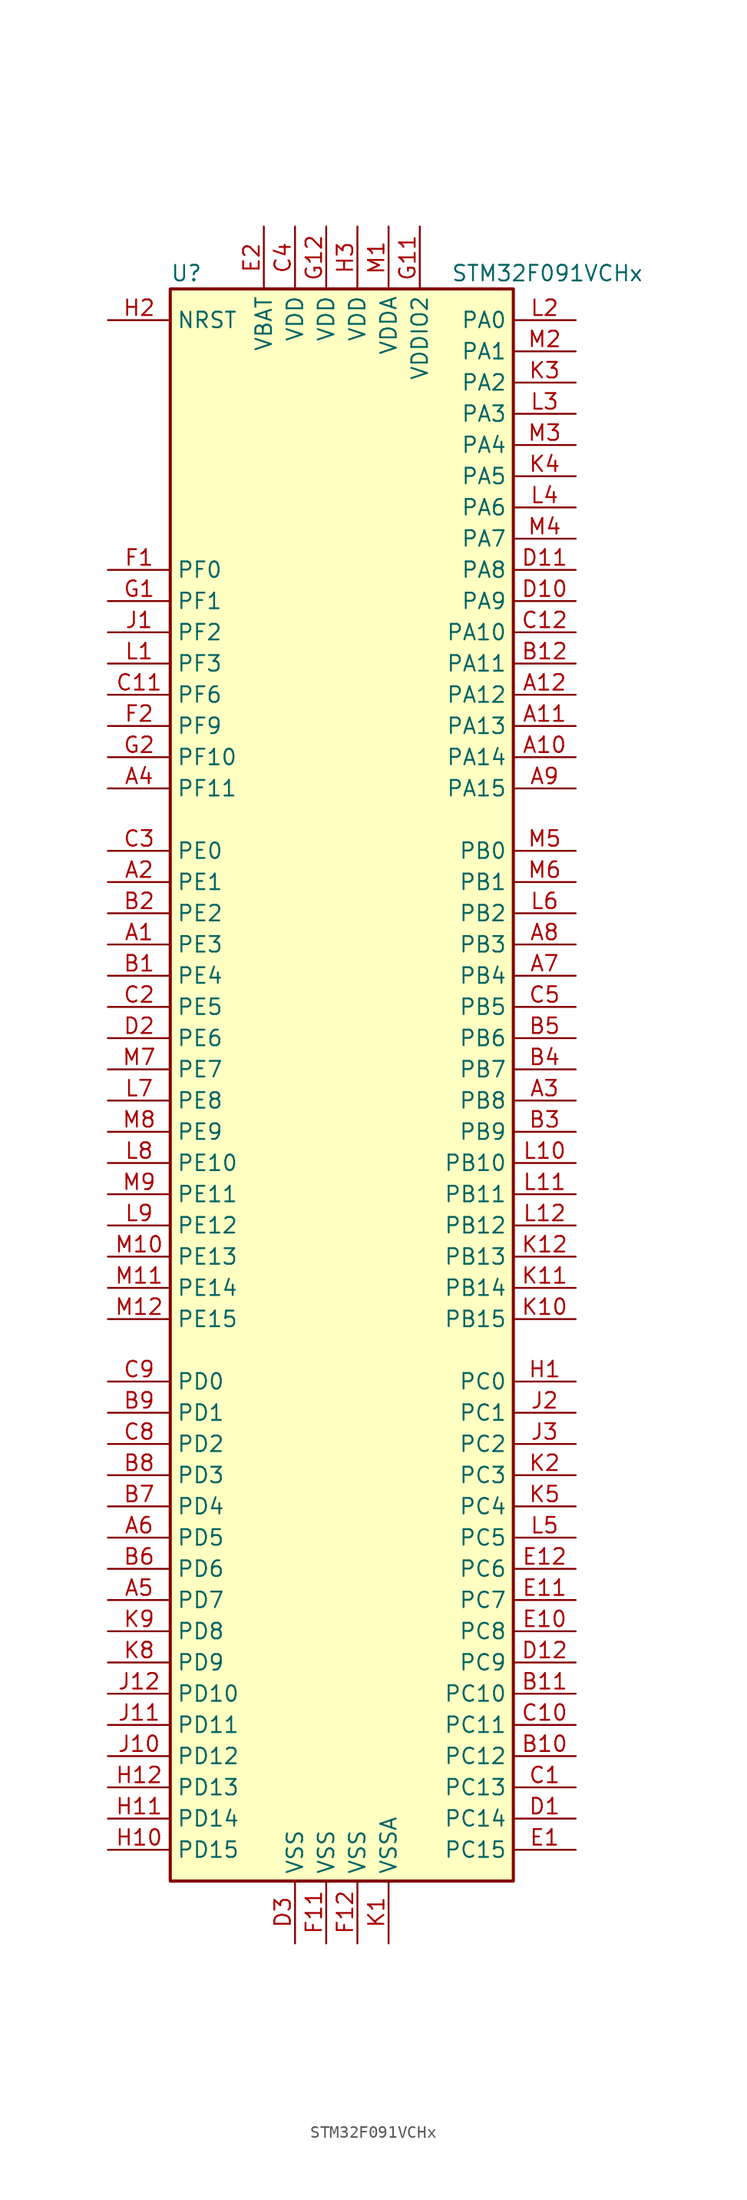
<source format=kicad_sym>
(kicad_symbol_lib
  (version 20201005)
  (generator kicad_symbol_editor)
  (symbol "STM32F091VCHx"
    (property "Reference" "U"
      (at -15.24 64.77 0)
      (effects (font (size 1.27 1.27)) (justify left)))
    (property "Value" "STM32F091VCHx"
      (at 7.62 64.77 0)
      (effects (font (size 1.27 1.27)) (justify left)))
    (symbol "STM32F091VCHx_0_1"
      (rectangle (start -15.24 -66.04) (end 12.7 63.5) (stroke (width 0.254)) (fill (type background))))
    (symbol "STM32F091VCHx_1_1"
      (pin bidirectional line (at -20.32 10.16 0) (length 5.08) (name "PE3" (effects (font (size 1.27 1.27)))) (number "A1" (effects (font (size 1.27 1.27)))))
      (pin bidirectional line (at 17.78 25.4 180) (length 5.08) (name "PA14" (effects (font (size 1.27 1.27)))) (number "A10" (effects (font (size 1.27 1.27)))))
      (pin bidirectional line (at 17.78 27.94 180) (length 5.08) (name "PA13" (effects (font (size 1.27 1.27)))) (number "A11" (effects (font (size 1.27 1.27)))))
      (pin bidirectional line (at 17.78 30.48 180) (length 5.08) (name "PA12" (effects (font (size 1.27 1.27)))) (number "A12" (effects (font (size 1.27 1.27)))))
      (pin bidirectional line (at -20.32 15.24 0) (length 5.08) (name "PE1" (effects (font (size 1.27 1.27)))) (number "A2" (effects (font (size 1.27 1.27)))))
      (pin bidirectional line (at 17.78 -2.54 180) (length 5.08) (name "PB8" (effects (font (size 1.27 1.27)))) (number "A3" (effects (font (size 1.27 1.27)))))
      (pin bidirectional line (at -20.32 22.86 0) (length 5.08) (name "PF11" (effects (font (size 1.27 1.27)))) (number "A4" (effects (font (size 1.27 1.27)))))
      (pin bidirectional line (at -20.32 -43.18 0) (length 5.08) (name "PD7" (effects (font (size 1.27 1.27)))) (number "A5" (effects (font (size 1.27 1.27)))))
      (pin bidirectional line (at -20.32 -38.1 0) (length 5.08) (name "PD5" (effects (font (size 1.27 1.27)))) (number "A6" (effects (font (size 1.27 1.27)))))
      (pin bidirectional line (at 17.78 7.62 180) (length 5.08) (name "PB4" (effects (font (size 1.27 1.27)))) (number "A7" (effects (font (size 1.27 1.27)))))
      (pin bidirectional line (at 17.78 10.16 180) (length 5.08) (name "PB3" (effects (font (size 1.27 1.27)))) (number "A8" (effects (font (size 1.27 1.27)))))
      (pin bidirectional line (at 17.78 22.86 180) (length 5.08) (name "PA15" (effects (font (size 1.27 1.27)))) (number "A9" (effects (font (size 1.27 1.27)))))
      (pin bidirectional line (at -20.32 7.62 0) (length 5.08) (name "PE4" (effects (font (size 1.27 1.27)))) (number "B1" (effects (font (size 1.27 1.27)))))
      (pin bidirectional line (at 17.78 -55.88 180) (length 5.08) (name "PC12" (effects (font (size 1.27 1.27)))) (number "B10" (effects (font (size 1.27 1.27)))))
      (pin bidirectional line (at 17.78 -50.8 180) (length 5.08) (name "PC10" (effects (font (size 1.27 1.27)))) (number "B11" (effects (font (size 1.27 1.27)))))
      (pin bidirectional line (at 17.78 33.02 180) (length 5.08) (name "PA11" (effects (font (size 1.27 1.27)))) (number "B12" (effects (font (size 1.27 1.27)))))
      (pin bidirectional line (at -20.32 12.7 0) (length 5.08) (name "PE2" (effects (font (size 1.27 1.27)))) (number "B2" (effects (font (size 1.27 1.27)))))
      (pin bidirectional line (at 17.78 -5.08 180) (length 5.08) (name "PB9" (effects (font (size 1.27 1.27)))) (number "B3" (effects (font (size 1.27 1.27)))))
      (pin bidirectional line (at 17.78 0 180) (length 5.08) (name "PB7" (effects (font (size 1.27 1.27)))) (number "B4" (effects (font (size 1.27 1.27)))))
      (pin bidirectional line (at 17.78 2.54 180) (length 5.08) (name "PB6" (effects (font (size 1.27 1.27)))) (number "B5" (effects (font (size 1.27 1.27)))))
      (pin bidirectional line (at -20.32 -40.64 0) (length 5.08) (name "PD6" (effects (font (size 1.27 1.27)))) (number "B6" (effects (font (size 1.27 1.27)))))
      (pin bidirectional line (at -20.32 -35.56 0) (length 5.08) (name "PD4" (effects (font (size 1.27 1.27)))) (number "B7" (effects (font (size 1.27 1.27)))))
      (pin bidirectional line (at -20.32 -33.02 0) (length 5.08) (name "PD3" (effects (font (size 1.27 1.27)))) (number "B8" (effects (font (size 1.27 1.27)))))
      (pin bidirectional line (at -20.32 -27.94 0) (length 5.08) (name "PD1" (effects (font (size 1.27 1.27)))) (number "B9" (effects (font (size 1.27 1.27)))))
      (pin bidirectional line (at 17.78 -58.42 180) (length 5.08) (name "PC13" (effects (font (size 1.27 1.27)))) (number "C1" (effects (font (size 1.27 1.27)))))
      (pin bidirectional line (at 17.78 -53.34 180) (length 5.08) (name "PC11" (effects (font (size 1.27 1.27)))) (number "C10" (effects (font (size 1.27 1.27)))))
      (pin bidirectional line (at -20.32 30.48 0) (length 5.08) (name "PF6" (effects (font (size 1.27 1.27)))) (number "C11" (effects (font (size 1.27 1.27)))))
      (pin bidirectional line (at 17.78 35.56 180) (length 5.08) (name "PA10" (effects (font (size 1.27 1.27)))) (number "C12" (effects (font (size 1.27 1.27)))))
      (pin bidirectional line (at -20.32 5.08 0) (length 5.08) (name "PE5" (effects (font (size 1.27 1.27)))) (number "C2" (effects (font (size 1.27 1.27)))))
      (pin bidirectional line (at -20.32 17.78 0) (length 5.08) (name "PE0" (effects (font (size 1.27 1.27)))) (number "C3" (effects (font (size 1.27 1.27)))))
      (pin power_in line (at -5.08 68.58 270) (length 5.08) (name "VDD" (effects (font (size 1.27 1.27)))) (number "C4" (effects (font (size 1.27 1.27)))))
      (pin bidirectional line (at 17.78 5.08 180) (length 5.08) (name "PB5" (effects (font (size 1.27 1.27)))) (number "C5" (effects (font (size 1.27 1.27)))))
      (pin bidirectional line (at -20.32 -30.48 0) (length 5.08) (name "PD2" (effects (font (size 1.27 1.27)))) (number "C8" (effects (font (size 1.27 1.27)))))
      (pin bidirectional line (at -20.32 -25.4 0) (length 5.08) (name "PD0" (effects (font (size 1.27 1.27)))) (number "C9" (effects (font (size 1.27 1.27)))))
      (pin bidirectional line (at 17.78 -60.96 180) (length 5.08) (name "PC14" (effects (font (size 1.27 1.27)))) (number "D1" (effects (font (size 1.27 1.27)))))
      (pin bidirectional line (at 17.78 38.1 180) (length 5.08) (name "PA9" (effects (font (size 1.27 1.27)))) (number "D10" (effects (font (size 1.27 1.27)))))
      (pin bidirectional line (at 17.78 40.64 180) (length 5.08) (name "PA8" (effects (font (size 1.27 1.27)))) (number "D11" (effects (font (size 1.27 1.27)))))
      (pin bidirectional line (at 17.78 -48.26 180) (length 5.08) (name "PC9" (effects (font (size 1.27 1.27)))) (number "D12" (effects (font (size 1.27 1.27)))))
      (pin bidirectional line (at -20.32 2.54 0) (length 5.08) (name "PE6" (effects (font (size 1.27 1.27)))) (number "D2" (effects (font (size 1.27 1.27)))))
      (pin power_in line (at -5.08 -71.12 90) (length 5.08) (name "VSS" (effects (font (size 1.27 1.27)))) (number "D3" (effects (font (size 1.27 1.27)))))
      (pin bidirectional line (at 17.78 -63.5 180) (length 5.08) (name "PC15" (effects (font (size 1.27 1.27)))) (number "E1" (effects (font (size 1.27 1.27)))))
      (pin bidirectional line (at 17.78 -45.72 180) (length 5.08) (name "PC8" (effects (font (size 1.27 1.27)))) (number "E10" (effects (font (size 1.27 1.27)))))
      (pin bidirectional line (at 17.78 -43.18 180) (length 5.08) (name "PC7" (effects (font (size 1.27 1.27)))) (number "E11" (effects (font (size 1.27 1.27)))))
      (pin bidirectional line (at 17.78 -40.64 180) (length 5.08) (name "PC6" (effects (font (size 1.27 1.27)))) (number "E12" (effects (font (size 1.27 1.27)))))
      (pin power_in line (at -7.62 68.58 270) (length 5.08) (name "VBAT" (effects (font (size 1.27 1.27)))) (number "E2" (effects (font (size 1.27 1.27)))))
      (pin no_connect line (at -15.24 -63.5 0) (length 5.08) hide (name "NC" (effects (font (size 1.27 1.27)))) (number "E3" (effects (font (size 1.27 1.27)))))
      (pin input line (at -20.32 40.64 0) (length 5.08) (name "PF0" (effects (font (size 1.27 1.27)))) (number "F1" (effects (font (size 1.27 1.27)))))
      (pin power_in line (at -2.54 -71.12 90) (length 5.08) (name "VSS" (effects (font (size 1.27 1.27)))) (number "F11" (effects (font (size 1.27 1.27)))))
      (pin power_in line (at 0 -71.12 90) (length 5.08) (name "VSS" (effects (font (size 1.27 1.27)))) (number "F12" (effects (font (size 1.27 1.27)))))
      (pin bidirectional line (at -20.32 27.94 0) (length 5.08) (name "PF9" (effects (font (size 1.27 1.27)))) (number "F2" (effects (font (size 1.27 1.27)))))
      (pin input line (at -20.32 38.1 0) (length 5.08) (name "PF1" (effects (font (size 1.27 1.27)))) (number "G1" (effects (font (size 1.27 1.27)))))
      (pin power_in line (at 5.08 68.58 270) (length 5.08) (name "VDDIO2" (effects (font (size 1.27 1.27)))) (number "G11" (effects (font (size 1.27 1.27)))))
      (pin power_in line (at -2.54 68.58 270) (length 5.08) (name "VDD" (effects (font (size 1.27 1.27)))) (number "G12" (effects (font (size 1.27 1.27)))))
      (pin bidirectional line (at -20.32 25.4 0) (length 5.08) (name "PF10" (effects (font (size 1.27 1.27)))) (number "G2" (effects (font (size 1.27 1.27)))))
      (pin bidirectional line (at 17.78 -25.4 180) (length 5.08) (name "PC0" (effects (font (size 1.27 1.27)))) (number "H1" (effects (font (size 1.27 1.27)))))
      (pin bidirectional line (at -20.32 -63.5 0) (length 5.08) (name "PD15" (effects (font (size 1.27 1.27)))) (number "H10" (effects (font (size 1.27 1.27)))))
      (pin bidirectional line (at -20.32 -60.96 0) (length 5.08) (name "PD14" (effects (font (size 1.27 1.27)))) (number "H11" (effects (font (size 1.27 1.27)))))
      (pin bidirectional line (at -20.32 -58.42 0) (length 5.08) (name "PD13" (effects (font (size 1.27 1.27)))) (number "H12" (effects (font (size 1.27 1.27)))))
      (pin input line (at -20.32 60.96 0) (length 5.08) (name "NRST" (effects (font (size 1.27 1.27)))) (number "H2" (effects (font (size 1.27 1.27)))))
      (pin power_in line (at 0 68.58 270) (length 5.08) (name "VDD" (effects (font (size 1.27 1.27)))) (number "H3" (effects (font (size 1.27 1.27)))))
      (pin bidirectional line (at -20.32 35.56 0) (length 5.08) (name "PF2" (effects (font (size 1.27 1.27)))) (number "J1" (effects (font (size 1.27 1.27)))))
      (pin bidirectional line (at -20.32 -55.88 0) (length 5.08) (name "PD12" (effects (font (size 1.27 1.27)))) (number "J10" (effects (font (size 1.27 1.27)))))
      (pin bidirectional line (at -20.32 -53.34 0) (length 5.08) (name "PD11" (effects (font (size 1.27 1.27)))) (number "J11" (effects (font (size 1.27 1.27)))))
      (pin bidirectional line (at -20.32 -50.8 0) (length 5.08) (name "PD10" (effects (font (size 1.27 1.27)))) (number "J12" (effects (font (size 1.27 1.27)))))
      (pin bidirectional line (at 17.78 -27.94 180) (length 5.08) (name "PC1" (effects (font (size 1.27 1.27)))) (number "J2" (effects (font (size 1.27 1.27)))))
      (pin bidirectional line (at 17.78 -30.48 180) (length 5.08) (name "PC2" (effects (font (size 1.27 1.27)))) (number "J3" (effects (font (size 1.27 1.27)))))
      (pin power_in line (at 2.54 -71.12 90) (length 5.08) (name "VSSA" (effects (font (size 1.27 1.27)))) (number "K1" (effects (font (size 1.27 1.27)))))
      (pin bidirectional line (at 17.78 -20.32 180) (length 5.08) (name "PB15" (effects (font (size 1.27 1.27)))) (number "K10" (effects (font (size 1.27 1.27)))))
      (pin bidirectional line (at 17.78 -17.78 180) (length 5.08) (name "PB14" (effects (font (size 1.27 1.27)))) (number "K11" (effects (font (size 1.27 1.27)))))
      (pin bidirectional line (at 17.78 -15.24 180) (length 5.08) (name "PB13" (effects (font (size 1.27 1.27)))) (number "K12" (effects (font (size 1.27 1.27)))))
      (pin bidirectional line (at 17.78 -33.02 180) (length 5.08) (name "PC3" (effects (font (size 1.27 1.27)))) (number "K2" (effects (font (size 1.27 1.27)))))
      (pin bidirectional line (at 17.78 55.88 180) (length 5.08) (name "PA2" (effects (font (size 1.27 1.27)))) (number "K3" (effects (font (size 1.27 1.27)))))
      (pin bidirectional line (at 17.78 48.26 180) (length 5.08) (name "PA5" (effects (font (size 1.27 1.27)))) (number "K4" (effects (font (size 1.27 1.27)))))
      (pin bidirectional line (at 17.78 -35.56 180) (length 5.08) (name "PC4" (effects (font (size 1.27 1.27)))) (number "K5" (effects (font (size 1.27 1.27)))))
      (pin bidirectional line (at -20.32 -48.26 0) (length 5.08) (name "PD9" (effects (font (size 1.27 1.27)))) (number "K8" (effects (font (size 1.27 1.27)))))
      (pin bidirectional line (at -20.32 -45.72 0) (length 5.08) (name "PD8" (effects (font (size 1.27 1.27)))) (number "K9" (effects (font (size 1.27 1.27)))))
      (pin bidirectional line (at -20.32 33.02 0) (length 5.08) (name "PF3" (effects (font (size 1.27 1.27)))) (number "L1" (effects (font (size 1.27 1.27)))))
      (pin bidirectional line (at 17.78 -7.62 180) (length 5.08) (name "PB10" (effects (font (size 1.27 1.27)))) (number "L10" (effects (font (size 1.27 1.27)))))
      (pin bidirectional line (at 17.78 -10.16 180) (length 5.08) (name "PB11" (effects (font (size 1.27 1.27)))) (number "L11" (effects (font (size 1.27 1.27)))))
      (pin bidirectional line (at 17.78 -12.7 180) (length 5.08) (name "PB12" (effects (font (size 1.27 1.27)))) (number "L12" (effects (font (size 1.27 1.27)))))
      (pin bidirectional line (at 17.78 60.96 180) (length 5.08) (name "PA0" (effects (font (size 1.27 1.27)))) (number "L2" (effects (font (size 1.27 1.27)))))
      (pin bidirectional line (at 17.78 53.34 180) (length 5.08) (name "PA3" (effects (font (size 1.27 1.27)))) (number "L3" (effects (font (size 1.27 1.27)))))
      (pin bidirectional line (at 17.78 45.72 180) (length 5.08) (name "PA6" (effects (font (size 1.27 1.27)))) (number "L4" (effects (font (size 1.27 1.27)))))
      (pin bidirectional line (at 17.78 -38.1 180) (length 5.08) (name "PC5" (effects (font (size 1.27 1.27)))) (number "L5" (effects (font (size 1.27 1.27)))))
      (pin bidirectional line (at 17.78 12.7 180) (length 5.08) (name "PB2" (effects (font (size 1.27 1.27)))) (number "L6" (effects (font (size 1.27 1.27)))))
      (pin bidirectional line (at -20.32 -2.54 0) (length 5.08) (name "PE8" (effects (font (size 1.27 1.27)))) (number "L7" (effects (font (size 1.27 1.27)))))
      (pin bidirectional line (at -20.32 -7.62 0) (length 5.08) (name "PE10" (effects (font (size 1.27 1.27)))) (number "L8" (effects (font (size 1.27 1.27)))))
      (pin bidirectional line (at -20.32 -12.7 0) (length 5.08) (name "PE12" (effects (font (size 1.27 1.27)))) (number "L9" (effects (font (size 1.27 1.27)))))
      (pin power_in line (at 2.54 68.58 270) (length 5.08) (name "VDDA" (effects (font (size 1.27 1.27)))) (number "M1" (effects (font (size 1.27 1.27)))))
      (pin bidirectional line (at -20.32 -15.24 0) (length 5.08) (name "PE13" (effects (font (size 1.27 1.27)))) (number "M10" (effects (font (size 1.27 1.27)))))
      (pin bidirectional line (at -20.32 -17.78 0) (length 5.08) (name "PE14" (effects (font (size 1.27 1.27)))) (number "M11" (effects (font (size 1.27 1.27)))))
      (pin bidirectional line (at -20.32 -20.32 0) (length 5.08) (name "PE15" (effects (font (size 1.27 1.27)))) (number "M12" (effects (font (size 1.27 1.27)))))
      (pin bidirectional line (at 17.78 58.42 180) (length 5.08) (name "PA1" (effects (font (size 1.27 1.27)))) (number "M2" (effects (font (size 1.27 1.27)))))
      (pin bidirectional line (at 17.78 50.8 180) (length 5.08) (name "PA4" (effects (font (size 1.27 1.27)))) (number "M3" (effects (font (size 1.27 1.27)))))
      (pin bidirectional line (at 17.78 43.18 180) (length 5.08) (name "PA7" (effects (font (size 1.27 1.27)))) (number "M4" (effects (font (size 1.27 1.27)))))
      (pin bidirectional line (at 17.78 17.78 180) (length 5.08) (name "PB0" (effects (font (size 1.27 1.27)))) (number "M5" (effects (font (size 1.27 1.27)))))
      (pin bidirectional line (at 17.78 15.24 180) (length 5.08) (name "PB1" (effects (font (size 1.27 1.27)))) (number "M6" (effects (font (size 1.27 1.27)))))
      (pin bidirectional line (at -20.32 0 0) (length 5.08) (name "PE7" (effects (font (size 1.27 1.27)))) (number "M7" (effects (font (size 1.27 1.27)))))
      (pin bidirectional line (at -20.32 -5.08 0) (length 5.08) (name "PE9" (effects (font (size 1.27 1.27)))) (number "M8" (effects (font (size 1.27 1.27)))))
      (pin bidirectional line (at -20.32 -10.16 0) (length 5.08) (name "PE11" (effects (font (size 1.27 1.27)))) (number "M9" (effects (font (size 1.27 1.27))))))))
</source>
